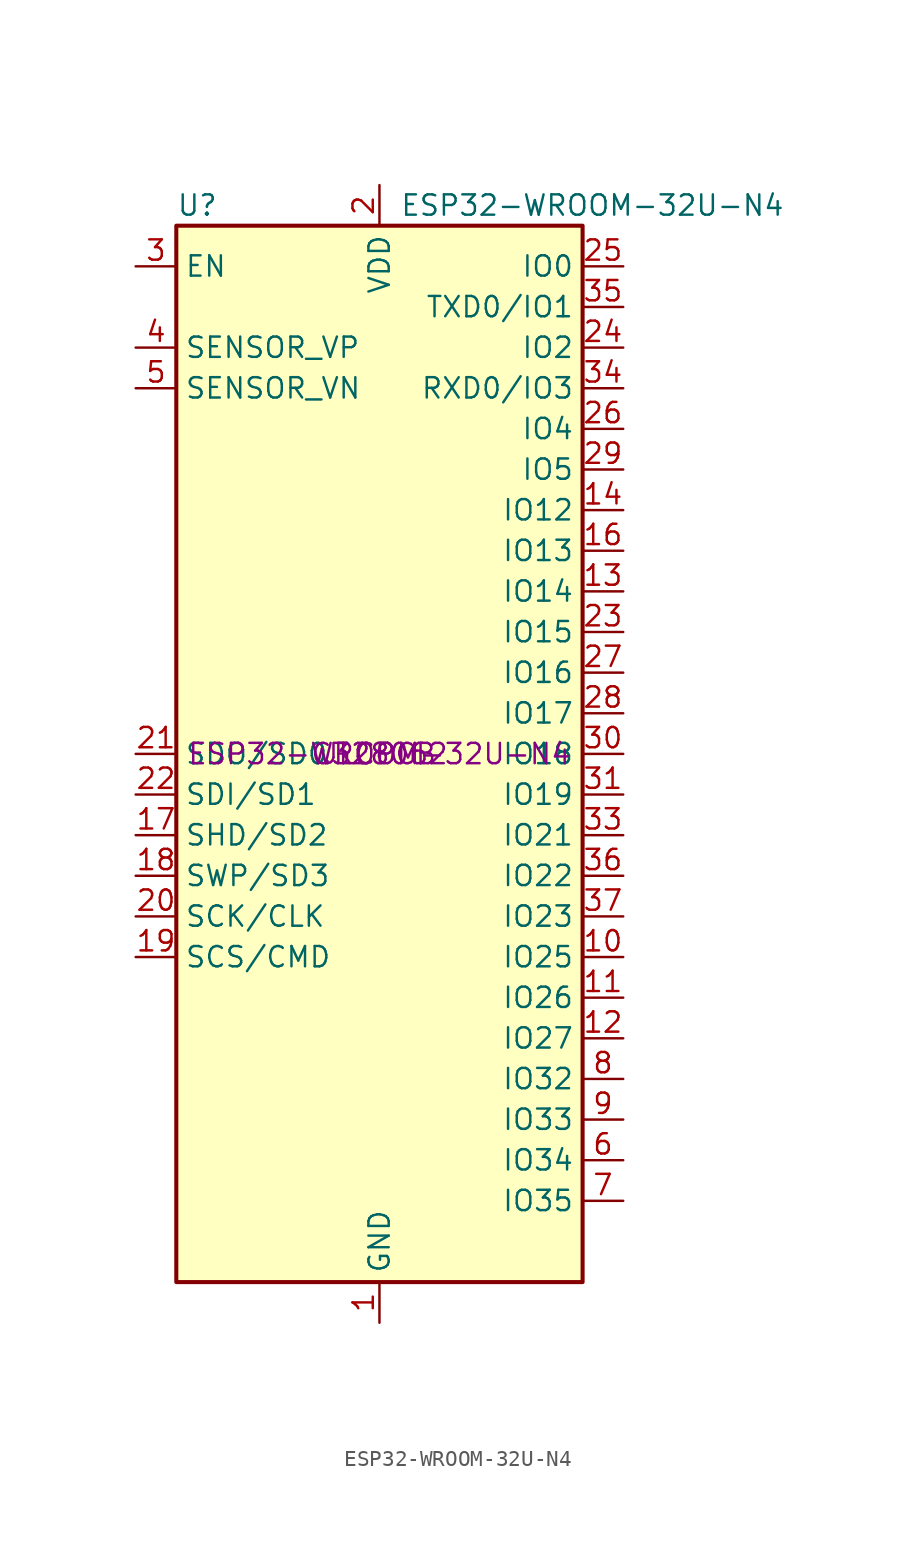
<source format=kicad_sym>
(kicad_symbol_lib
  (version 20211014)
  (generator kicad_symbol_editor)
  (symbol "ESP32-WROOM-32U-N4"
    (property "Reference" "U"
      (at -12.7 34.29 0)
      (effects (font (size 1.27 1.27)) (justify left)))
    (property "Value" "ESP32-WROOM-32U-N4"
      (at 1.27 34.29 0)
      (effects (font (size 1.27 1.27)) (justify left)))
    (property "MPN" "ESP32-WROOM-32U-N4"
      (at 0 0 0)
      (effects (font (size 1.27 1.27))))
    (property "SPL1" "JLCPCB"
      (at 0 0 0)
      (effects (font (size 1.27 1.27))))
    (property "SPN1" "C328062"
      (at 0 0 0)
      (effects (font (size 1.27 1.27))))
    (symbol "ESP32-WROOM-32U-N4_0_1"
      (rectangle (start -12.7 33.02) (end 12.7 -33.02) (stroke (width 0.254) (type default) (color 0 0 0 0)) (fill (type background))))
    (symbol "ESP32-WROOM-32U-N4_1_1"
      (pin power_in line (at 0 -35.56 90) (length 2.54) (name "GND" (effects (font (size 1.27 1.27)))) (number "1" (effects (font (size 1.27 1.27)))))
      (pin bidirectional line (at 15.24 -12.7 180) (length 2.54) (name "IO25" (effects (font (size 1.27 1.27)))) (number "10" (effects (font (size 1.27 1.27)))))
      (pin bidirectional line (at 15.24 -15.24 180) (length 2.54) (name "IO26" (effects (font (size 1.27 1.27)))) (number "11" (effects (font (size 1.27 1.27)))))
      (pin bidirectional line (at 15.24 -17.78 180) (length 2.54) (name "IO27" (effects (font (size 1.27 1.27)))) (number "12" (effects (font (size 1.27 1.27)))))
      (pin bidirectional line (at 15.24 10.16 180) (length 2.54) (name "IO14" (effects (font (size 1.27 1.27)))) (number "13" (effects (font (size 1.27 1.27)))))
      (pin bidirectional line (at 15.24 15.24 180) (length 2.54) (name "IO12" (effects (font (size 1.27 1.27)))) (number "14" (effects (font (size 1.27 1.27)))))
      (pin passive line (at 0 -35.56 90) (length 2.54) hide (name "GND" (effects (font (size 1.27 1.27)))) (number "15" (effects (font (size 1.27 1.27)))))
      (pin bidirectional line (at 15.24 12.7 180) (length 2.54) (name "IO13" (effects (font (size 1.27 1.27)))) (number "16" (effects (font (size 1.27 1.27)))))
      (pin bidirectional line (at -15.24 -5.08 0) (length 2.54) (name "SHD/SD2" (effects (font (size 1.27 1.27)))) (number "17" (effects (font (size 1.27 1.27)))))
      (pin bidirectional line (at -15.24 -7.62 0) (length 2.54) (name "SWP/SD3" (effects (font (size 1.27 1.27)))) (number "18" (effects (font (size 1.27 1.27)))))
      (pin bidirectional line (at -15.24 -12.7 0) (length 2.54) (name "SCS/CMD" (effects (font (size 1.27 1.27)))) (number "19" (effects (font (size 1.27 1.27)))))
      (pin power_in line (at 0 35.56 270) (length 2.54) (name "VDD" (effects (font (size 1.27 1.27)))) (number "2" (effects (font (size 1.27 1.27)))))
      (pin bidirectional line (at -15.24 -10.16 0) (length 2.54) (name "SCK/CLK" (effects (font (size 1.27 1.27)))) (number "20" (effects (font (size 1.27 1.27)))))
      (pin bidirectional line (at -15.24 0 0) (length 2.54) (name "SDO/SD0" (effects (font (size 1.27 1.27)))) (number "21" (effects (font (size 1.27 1.27)))))
      (pin bidirectional line (at -15.24 -2.54 0) (length 2.54) (name "SDI/SD1" (effects (font (size 1.27 1.27)))) (number "22" (effects (font (size 1.27 1.27)))))
      (pin bidirectional line (at 15.24 7.62 180) (length 2.54) (name "IO15" (effects (font (size 1.27 1.27)))) (number "23" (effects (font (size 1.27 1.27)))))
      (pin bidirectional line (at 15.24 25.4 180) (length 2.54) (name "IO2" (effects (font (size 1.27 1.27)))) (number "24" (effects (font (size 1.27 1.27)))))
      (pin bidirectional line (at 15.24 30.48 180) (length 2.54) (name "IO0" (effects (font (size 1.27 1.27)))) (number "25" (effects (font (size 1.27 1.27)))))
      (pin bidirectional line (at 15.24 20.32 180) (length 2.54) (name "IO4" (effects (font (size 1.27 1.27)))) (number "26" (effects (font (size 1.27 1.27)))))
      (pin bidirectional line (at 15.24 5.08 180) (length 2.54) (name "IO16" (effects (font (size 1.27 1.27)))) (number "27" (effects (font (size 1.27 1.27)))))
      (pin bidirectional line (at 15.24 2.54 180) (length 2.54) (name "IO17" (effects (font (size 1.27 1.27)))) (number "28" (effects (font (size 1.27 1.27)))))
      (pin bidirectional line (at 15.24 17.78 180) (length 2.54) (name "IO5" (effects (font (size 1.27 1.27)))) (number "29" (effects (font (size 1.27 1.27)))))
      (pin input line (at -15.24 30.48 0) (length 2.54) (name "EN" (effects (font (size 1.27 1.27)))) (number "3" (effects (font (size 1.27 1.27)))))
      (pin bidirectional line (at 15.24 0 180) (length 2.54) (name "IO18" (effects (font (size 1.27 1.27)))) (number "30" (effects (font (size 1.27 1.27)))))
      (pin bidirectional line (at 15.24 -2.54 180) (length 2.54) (name "IO19" (effects (font (size 1.27 1.27)))) (number "31" (effects (font (size 1.27 1.27)))))
      (pin no_connect line (at -12.7 -27.94 0) (length 2.54) hide (name "NC" (effects (font (size 1.27 1.27)))) (number "32" (effects (font (size 1.27 1.27)))))
      (pin bidirectional line (at 15.24 -5.08 180) (length 2.54) (name "IO21" (effects (font (size 1.27 1.27)))) (number "33" (effects (font (size 1.27 1.27)))))
      (pin bidirectional line (at 15.24 22.86 180) (length 2.54) (name "RXD0/IO3" (effects (font (size 1.27 1.27)))) (number "34" (effects (font (size 1.27 1.27)))))
      (pin bidirectional line (at 15.24 27.94 180) (length 2.54) (name "TXD0/IO1" (effects (font (size 1.27 1.27)))) (number "35" (effects (font (size 1.27 1.27)))))
      (pin bidirectional line (at 15.24 -7.62 180) (length 2.54) (name "IO22" (effects (font (size 1.27 1.27)))) (number "36" (effects (font (size 1.27 1.27)))))
      (pin bidirectional line (at 15.24 -10.16 180) (length 2.54) (name "IO23" (effects (font (size 1.27 1.27)))) (number "37" (effects (font (size 1.27 1.27)))))
      (pin passive line (at 0 -35.56 90) (length 2.54) hide (name "GND" (effects (font (size 1.27 1.27)))) (number "38" (effects (font (size 1.27 1.27)))))
      (pin passive line (at 0 -35.56 90) (length 2.54) hide (name "GND" (effects (font (size 1.27 1.27)))) (number "39" (effects (font (size 1.27 1.27)))))
      (pin input line (at -15.24 25.4 0) (length 2.54) (name "SENSOR_VP" (effects (font (size 1.27 1.27)))) (number "4" (effects (font (size 1.27 1.27)))))
      (pin input line (at -15.24 22.86 0) (length 2.54) (name "SENSOR_VN" (effects (font (size 1.27 1.27)))) (number "5" (effects (font (size 1.27 1.27)))))
      (pin input line (at 15.24 -25.4 180) (length 2.54) (name "IO34" (effects (font (size 1.27 1.27)))) (number "6" (effects (font (size 1.27 1.27)))))
      (pin input line (at 15.24 -27.94 180) (length 2.54) (name "IO35" (effects (font (size 1.27 1.27)))) (number "7" (effects (font (size 1.27 1.27)))))
      (pin bidirectional line (at 15.24 -20.32 180) (length 2.54) (name "IO32" (effects (font (size 1.27 1.27)))) (number "8" (effects (font (size 1.27 1.27)))))
      (pin bidirectional line (at 15.24 -22.86 180) (length 2.54) (name "IO33" (effects (font (size 1.27 1.27)))) (number "9" (effects (font (size 1.27 1.27))))))))
</source>
